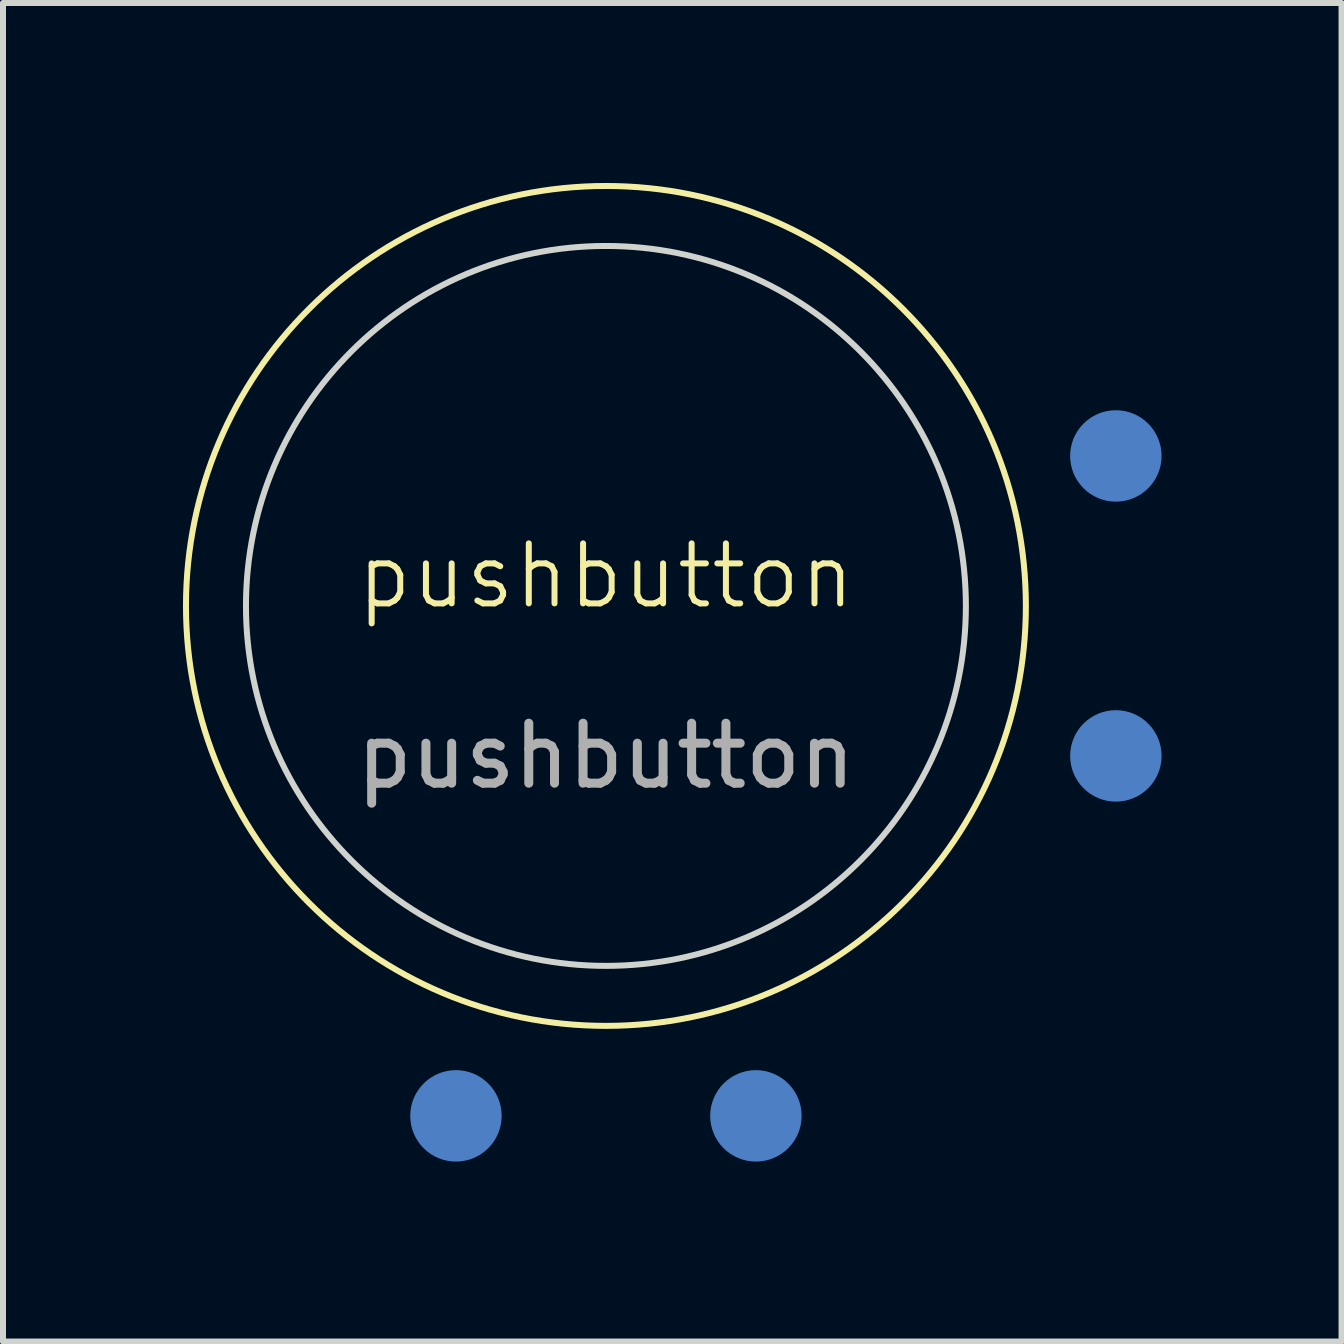
<source format=kicad_pcb>
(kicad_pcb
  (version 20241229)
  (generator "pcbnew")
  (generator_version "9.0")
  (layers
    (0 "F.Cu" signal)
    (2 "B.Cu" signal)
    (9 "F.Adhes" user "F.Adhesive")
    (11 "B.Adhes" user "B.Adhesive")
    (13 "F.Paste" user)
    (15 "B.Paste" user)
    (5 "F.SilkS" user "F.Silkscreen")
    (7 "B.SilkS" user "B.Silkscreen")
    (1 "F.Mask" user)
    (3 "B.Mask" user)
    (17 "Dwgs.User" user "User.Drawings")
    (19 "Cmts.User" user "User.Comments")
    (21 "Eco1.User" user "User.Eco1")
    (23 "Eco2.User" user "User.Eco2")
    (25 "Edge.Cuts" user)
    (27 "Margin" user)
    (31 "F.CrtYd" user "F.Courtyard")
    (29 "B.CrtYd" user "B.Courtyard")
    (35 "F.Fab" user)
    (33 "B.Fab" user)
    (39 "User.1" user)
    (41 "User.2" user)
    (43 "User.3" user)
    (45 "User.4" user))
  (footprint "pushbutton"
    (layer "F.Cu")
    (at 7.05 7.05)
    (property "Reference" "pushbutton" (at 0 -0.5 0) (unlocked yes) (layer "F.SilkS") (effects (font (size 1 1) (thickness 0.1))))
    (attr through_hole)
    (fp_circle (center 0 0) (end 7 0) (stroke (width 0.1) (type default)) (fill no) (layer "F.SilkS"))
    (fp_circle (center 0 0) (end 6 0) (stroke (width 0.1) (type default)) (fill no) (layer "Edge.Cuts"))
    (fp_text user "${REFERENCE}" (at 0 2.5 0) (unlocked yes) (layer "F.Fab") (effects (font (size 1 1) (thickness 0.15))))
    (pad "1" smd circle (at 8.5 -2.5) (size 1.524 1.524) (layers "B.Cu" "B.Mask" "B.Paste"))
    (pad "2" smd circle (at -2.5 8.5 180) (size 1.524 1.524) (layers "B.Cu" "B.Mask" "B.Paste"))
    (pad "3" smd circle (at 2.5 8.5 180) (size 1.524 1.524) (layers "B.Cu" "B.Mask" "B.Paste"))
    (pad "4" smd circle (at 8.5 2.5) (size 1.524 1.524) (layers "B.Cu" "B.Mask" "B.Paste")))
  (gr_rect
    (start -3 -3)
    (end 19.312 19.312)
    (stroke (width 0.1) (type default))
    (fill no)
    (layer "Edge.Cuts")))
</source>
